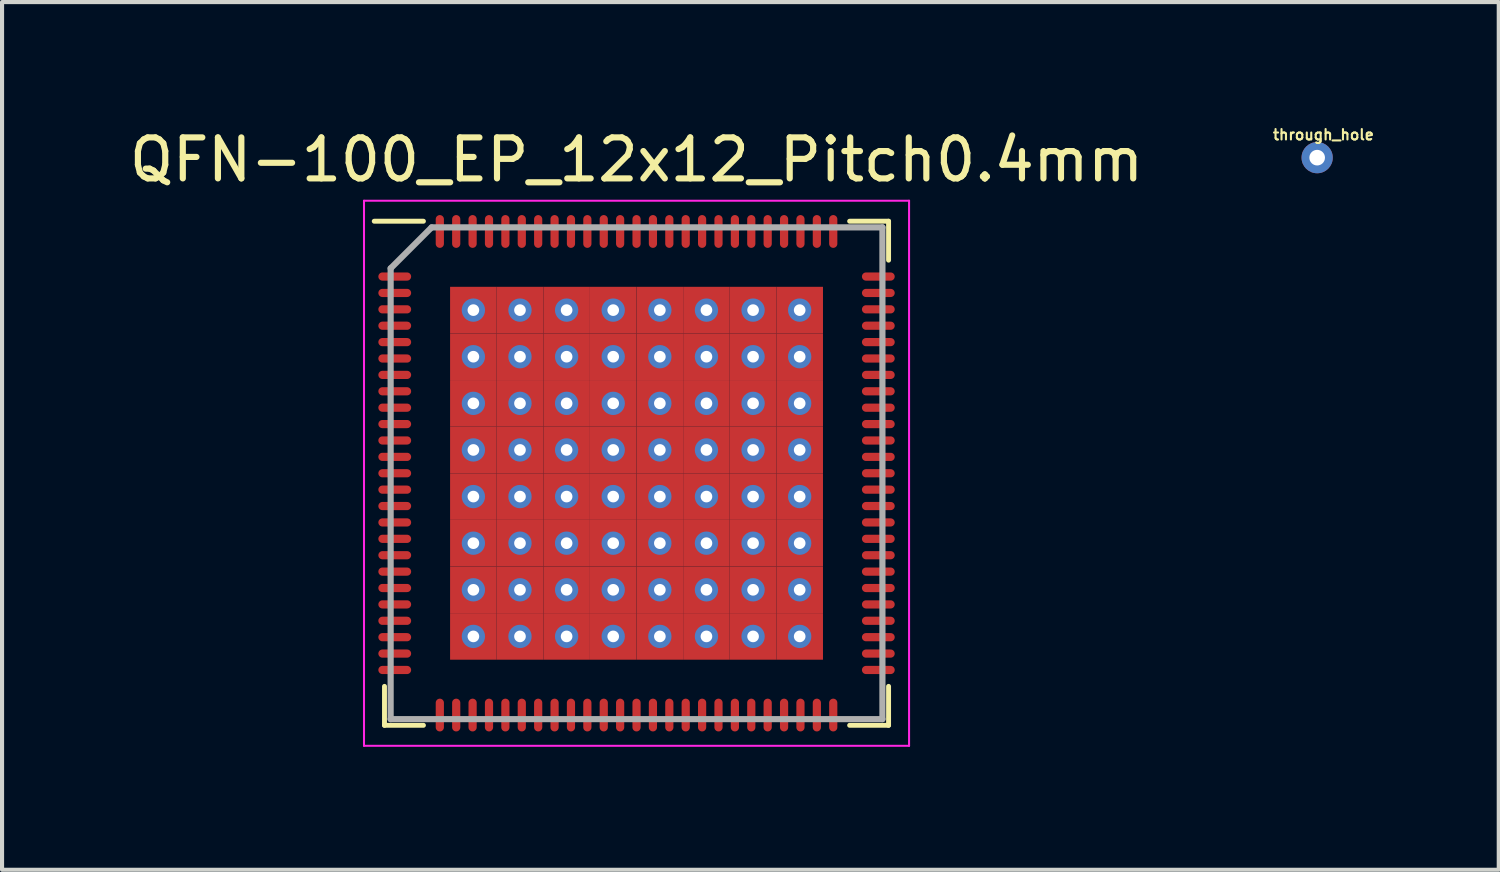
<source format=kicad_pcb>
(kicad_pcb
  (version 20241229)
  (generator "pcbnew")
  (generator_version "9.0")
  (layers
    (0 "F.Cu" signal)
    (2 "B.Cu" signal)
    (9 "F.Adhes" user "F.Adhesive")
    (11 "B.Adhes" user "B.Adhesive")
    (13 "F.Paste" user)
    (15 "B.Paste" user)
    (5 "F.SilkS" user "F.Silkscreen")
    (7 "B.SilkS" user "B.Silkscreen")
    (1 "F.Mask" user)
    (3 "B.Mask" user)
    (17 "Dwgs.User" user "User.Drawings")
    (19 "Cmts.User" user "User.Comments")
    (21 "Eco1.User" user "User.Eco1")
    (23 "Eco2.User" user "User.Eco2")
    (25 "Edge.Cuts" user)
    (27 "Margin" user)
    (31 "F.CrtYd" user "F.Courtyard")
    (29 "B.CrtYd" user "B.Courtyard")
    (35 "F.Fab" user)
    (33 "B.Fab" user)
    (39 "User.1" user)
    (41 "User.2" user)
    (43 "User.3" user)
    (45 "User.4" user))
  (footprint "QFN-100_EP_12x12_Pitch0.4mm"
    (layer "F.Cu")
    (at 12.482 8.498)
    (property "Reference" "QFN-100_EP_12x12_Pitch0.4mm" (at 0 -7.65 0) (layer "F.SilkS") (effects (font (size 1 1) (thickness 0.15))))
    (attr smd)
    (fp_line (start -6.15 6.15) (end -6.15 5.2) (stroke (width 0.12) (type solid)) (layer "F.SilkS"))
    (fp_line (start -5.2 -6.15) (end -6.4 -6.15) (stroke (width 0.12) (type solid)) (layer "F.SilkS"))
    (fp_line (start -5.2 6.15) (end -6.15 6.15) (stroke (width 0.12) (type solid)) (layer "F.SilkS"))
    (fp_line (start 5.2 -6.15) (end 6.15 -6.15) (stroke (width 0.12) (type solid)) (layer "F.SilkS"))
    (fp_line (start 5.2 6.15) (end 6.15 6.15) (stroke (width 0.12) (type solid)) (layer "F.SilkS"))
    (fp_line (start 6.15 -6.15) (end 6.15 -5.2) (stroke (width 0.12) (type solid)) (layer "F.SilkS"))
    (fp_line (start 6.15 6.15) (end 6.15 5.2) (stroke (width 0.12) (type solid)) (layer "F.SilkS"))
    (fp_line (start -6.65 -6.65) (end 6.65 -6.65) (stroke (width 0.05) (type solid)) (layer "F.CrtYd"))
    (fp_line (start -6.65 6.65) (end -6.65 -6.65) (stroke (width 0.05) (type solid)) (layer "F.CrtYd"))
    (fp_line (start 6.65 -6.65) (end 6.65 6.65) (stroke (width 0.05) (type solid)) (layer "F.CrtYd"))
    (fp_line (start 6.65 6.65) (end -6.65 6.65) (stroke (width 0.05) (type solid)) (layer "F.CrtYd"))
    (fp_line (start -6 -5) (end -6 6) (stroke (width 0.15) (type solid)) (layer "F.Fab"))
    (fp_line (start -6 6) (end 6 6) (stroke (width 0.15) (type solid)) (layer "F.Fab"))
    (fp_line (start -5 -6) (end -6 -5) (stroke (width 0.15) (type solid)) (layer "F.Fab"))
    (fp_line (start 6 -6) (end -5 -6) (stroke (width 0.15) (type solid)) (layer "F.Fab"))
    (fp_line (start 6 6) (end 6 -6) (stroke (width 0.15) (type solid)) (layer "F.Fab"))
    (pad "1" smd oval (at -5.9 -4.8 90) (size 0.2 0.8) (layers "F.Cu" "F.Mask" "F.Paste"))
    (pad "2" smd oval (at -5.9 -4.4 90) (size 0.2 0.8) (layers "F.Cu" "F.Mask" "F.Paste"))
    (pad "3" smd oval (at -5.9 -4 90) (size 0.2 0.8) (layers "F.Cu" "F.Mask" "F.Paste"))
    (pad "4" smd oval (at -5.9 -3.6 90) (size 0.2 0.8) (layers "F.Cu" "F.Mask" "F.Paste"))
    (pad "5" smd oval (at -5.9 -3.2 90) (size 0.2 0.8) (layers "F.Cu" "F.Mask" "F.Paste"))
    (pad "6" smd oval (at -5.9 -2.8 90) (size 0.2 0.8) (layers "F.Cu" "F.Mask" "F.Paste"))
    (pad "7" smd oval (at -5.9 -2.4 90) (size 0.2 0.8) (layers "F.Cu" "F.Mask" "F.Paste"))
    (pad "8" smd oval (at -5.9 -2 90) (size 0.2 0.8) (layers "F.Cu" "F.Mask" "F.Paste"))
    (pad "9" smd oval (at -5.9 -1.6 90) (size 0.2 0.8) (layers "F.Cu" "F.Mask" "F.Paste"))
    (pad "10" smd oval (at -5.9 -1.2 90) (size 0.2 0.8) (layers "F.Cu" "F.Mask" "F.Paste"))
    (pad "11" smd oval (at -5.9 -0.8 90) (size 0.2 0.8) (layers "F.Cu" "F.Mask" "F.Paste"))
    (pad "12" smd oval (at -5.9 -0.4 90) (size 0.2 0.8) (layers "F.Cu" "F.Mask" "F.Paste"))
    (pad "13" smd oval (at -5.9 0 90) (size 0.2 0.8) (layers "F.Cu" "F.Mask" "F.Paste"))
    (pad "14" smd oval (at -5.9 0.4 90) (size 0.2 0.8) (layers "F.Cu" "F.Mask" "F.Paste"))
    (pad "15" smd oval (at -5.9 0.8 90) (size 0.2 0.8) (layers "F.Cu" "F.Mask" "F.Paste"))
    (pad "16" smd oval (at -5.9 1.2 90) (size 0.2 0.8) (layers "F.Cu" "F.Mask" "F.Paste"))
    (pad "17" smd oval (at -5.9 1.6 90) (size 0.2 0.8) (layers "F.Cu" "F.Mask" "F.Paste"))
    (pad "18" smd oval (at -5.9 2 90) (size 0.2 0.8) (layers "F.Cu" "F.Mask" "F.Paste"))
    (pad "19" smd oval (at -5.9 2.4 90) (size 0.2 0.8) (layers "F.Cu" "F.Mask" "F.Paste"))
    (pad "20" smd oval (at -5.9 2.8 90) (size 0.2 0.8) (layers "F.Cu" "F.Mask" "F.Paste"))
    (pad "21" smd oval (at -5.9 3.2 90) (size 0.2 0.8) (layers "F.Cu" "F.Mask" "F.Paste"))
    (pad "22" smd oval (at -5.9 3.6 90) (size 0.2 0.8) (layers "F.Cu" "F.Mask" "F.Paste"))
    (pad "23" smd oval (at -5.9 4 90) (size 0.2 0.8) (layers "F.Cu" "F.Mask" "F.Paste"))
    (pad "24" smd oval (at -5.9 4.4 90) (size 0.2 0.8) (layers "F.Cu" "F.Mask" "F.Paste"))
    (pad "25" smd oval (at -5.9 4.8 90) (size 0.2 0.8) (layers "F.Cu" "F.Mask" "F.Paste"))
    (pad "26" smd oval (at -4.8 5.9) (size 0.2 0.8) (layers "F.Cu" "F.Mask" "F.Paste"))
    (pad "27" smd oval (at -4.4 5.9) (size 0.2 0.8) (layers "F.Cu" "F.Mask" "F.Paste"))
    (pad "28" smd oval (at -4 5.9) (size 0.2 0.8) (layers "F.Cu" "F.Mask" "F.Paste"))
    (pad "29" smd oval (at -3.6 5.9) (size 0.2 0.8) (layers "F.Cu" "F.Mask" "F.Paste"))
    (pad "30" smd oval (at -3.2 5.9) (size 0.2 0.8) (layers "F.Cu" "F.Mask" "F.Paste"))
    (pad "31" smd oval (at -2.8 5.9) (size 0.2 0.8) (layers "F.Cu" "F.Mask" "F.Paste"))
    (pad "32" smd oval (at -2.4 5.9) (size 0.2 0.8) (layers "F.Cu" "F.Mask" "F.Paste"))
    (pad "33" smd oval (at -2 5.9) (size 0.2 0.8) (layers "F.Cu" "F.Mask" "F.Paste"))
    (pad "34" smd oval (at -1.6 5.9) (size 0.2 0.8) (layers "F.Cu" "F.Mask" "F.Paste"))
    (pad "35" smd oval (at -1.2 5.9) (size 0.2 0.8) (layers "F.Cu" "F.Mask" "F.Paste"))
    (pad "36" smd oval (at -0.8 5.9) (size 0.2 0.8) (layers "F.Cu" "F.Mask" "F.Paste"))
    (pad "37" smd oval (at -0.4 5.9) (size 0.2 0.8) (layers "F.Cu" "F.Mask" "F.Paste"))
    (pad "38" smd oval (at 0 5.9) (size 0.2 0.8) (layers "F.Cu" "F.Mask" "F.Paste"))
    (pad "39" smd oval (at 0.4 5.9) (size 0.2 0.8) (layers "F.Cu" "F.Mask" "F.Paste"))
    (pad "40" smd oval (at 0.8 5.9) (size 0.2 0.8) (layers "F.Cu" "F.Mask" "F.Paste"))
    (pad "41" smd oval (at 1.2 5.9) (size 0.2 0.8) (layers "F.Cu" "F.Mask" "F.Paste"))
    (pad "42" smd oval (at 1.6 5.9) (size 0.2 0.8) (layers "F.Cu" "F.Mask" "F.Paste"))
    (pad "43" smd oval (at 2 5.9) (size 0.2 0.8) (layers "F.Cu" "F.Mask" "F.Paste"))
    (pad "44" smd oval (at 2.4 5.9) (size 0.2 0.8) (layers "F.Cu" "F.Mask" "F.Paste"))
    (pad "45" smd oval (at 2.8 5.9) (size 0.2 0.8) (layers "F.Cu" "F.Mask" "F.Paste"))
    (pad "46" smd oval (at 3.2 5.9) (size 0.2 0.8) (layers "F.Cu" "F.Mask" "F.Paste"))
    (pad "47" smd oval (at 3.6 5.9) (size 0.2 0.8) (layers "F.Cu" "F.Mask" "F.Paste"))
    (pad "48" smd oval (at 4 5.9) (size 0.2 0.8) (layers "F.Cu" "F.Mask" "F.Paste"))
    (pad "49" smd oval (at 4.4 5.9) (size 0.2 0.8) (layers "F.Cu" "F.Mask" "F.Paste"))
    (pad "50" smd oval (at 4.8 5.9) (size 0.2 0.8) (layers "F.Cu" "F.Mask" "F.Paste"))
    (pad "51" smd oval (at 5.9 4.8 90) (size 0.2 0.8) (layers "F.Cu" "F.Mask" "F.Paste"))
    (pad "52" smd oval (at 5.9 4.4 90) (size 0.2 0.8) (layers "F.Cu" "F.Mask" "F.Paste"))
    (pad "53" smd oval (at 5.9 4 90) (size 0.2 0.8) (layers "F.Cu" "F.Mask" "F.Paste"))
    (pad "54" smd oval (at 5.9 3.6 90) (size 0.2 0.8) (layers "F.Cu" "F.Mask" "F.Paste"))
    (pad "55" smd oval (at 5.9 3.2 90) (size 0.2 0.8) (layers "F.Cu" "F.Mask" "F.Paste"))
    (pad "56" smd oval (at 5.9 2.8 90) (size 0.2 0.8) (layers "F.Cu" "F.Mask" "F.Paste"))
    (pad "57" smd oval (at 5.9 2.4 90) (size 0.2 0.8) (layers "F.Cu" "F.Mask" "F.Paste"))
    (pad "58" smd oval (at 5.9 2 90) (size 0.2 0.8) (layers "F.Cu" "F.Mask" "F.Paste"))
    (pad "59" smd oval (at 5.9 1.6 90) (size 0.2 0.8) (layers "F.Cu" "F.Mask" "F.Paste"))
    (pad "60" smd oval (at 5.9 1.2 90) (size 0.2 0.8) (layers "F.Cu" "F.Mask" "F.Paste"))
    (pad "61" smd oval (at 5.9 0.8 90) (size 0.2 0.8) (layers "F.Cu" "F.Mask" "F.Paste"))
    (pad "62" smd oval (at 5.9 0.4 90) (size 0.2 0.8) (layers "F.Cu" "F.Mask" "F.Paste"))
    (pad "63" smd oval (at 5.9 0 90) (size 0.2 0.8) (layers "F.Cu" "F.Mask" "F.Paste"))
    (pad "64" smd oval (at 5.9 -0.4 90) (size 0.2 0.8) (layers "F.Cu" "F.Mask" "F.Paste"))
    (pad "65" smd oval (at 5.9 -0.8 90) (size 0.2 0.8) (layers "F.Cu" "F.Mask" "F.Paste"))
    (pad "66" smd oval (at 5.9 -1.2 90) (size 0.2 0.8) (layers "F.Cu" "F.Mask" "F.Paste"))
    (pad "67" smd oval (at 5.9 -1.6 90) (size 0.2 0.8) (layers "F.Cu" "F.Mask" "F.Paste"))
    (pad "68" smd oval (at 5.9 -2 90) (size 0.2 0.8) (layers "F.Cu" "F.Mask" "F.Paste"))
    (pad "69" smd oval (at 5.9 -2.4 90) (size 0.2 0.8) (layers "F.Cu" "F.Mask" "F.Paste"))
    (pad "70" smd oval (at 5.9 -2.8 90) (size 0.2 0.8) (layers "F.Cu" "F.Mask" "F.Paste"))
    (pad "71" smd oval (at 5.9 -3.2 90) (size 0.2 0.8) (layers "F.Cu" "F.Mask" "F.Paste"))
    (pad "72" smd oval (at 5.9 -3.6 90) (size 0.2 0.8) (layers "F.Cu" "F.Mask" "F.Paste"))
    (pad "73" smd oval (at 5.9 -4 90) (size 0.2 0.8) (layers "F.Cu" "F.Mask" "F.Paste"))
    (pad "74" smd oval (at 5.9 -4.4 90) (size 0.2 0.8) (layers "F.Cu" "F.Mask" "F.Paste"))
    (pad "75" smd oval (at 5.9 -4.8 90) (size 0.2 0.8) (layers "F.Cu" "F.Mask" "F.Paste"))
    (pad "76" smd oval (at 4.8 -5.9) (size 0.2 0.8) (layers "F.Cu" "F.Mask" "F.Paste"))
    (pad "77" smd oval (at 4.4 -5.9) (size 0.2 0.8) (layers "F.Cu" "F.Mask" "F.Paste"))
    (pad "78" smd oval (at 4 -5.9) (size 0.2 0.8) (layers "F.Cu" "F.Mask" "F.Paste"))
    (pad "79" smd oval (at 3.6 -5.9) (size 0.2 0.8) (layers "F.Cu" "F.Mask" "F.Paste"))
    (pad "80" smd oval (at 3.2 -5.9) (size 0.2 0.8) (layers "F.Cu" "F.Mask" "F.Paste"))
    (pad "81" smd oval (at 2.8 -5.9) (size 0.2 0.8) (layers "F.Cu" "F.Mask" "F.Paste"))
    (pad "82" smd oval (at 2.4 -5.9) (size 0.2 0.8) (layers "F.Cu" "F.Mask" "F.Paste"))
    (pad "83" smd oval (at 2 -5.9) (size 0.2 0.8) (layers "F.Cu" "F.Mask" "F.Paste"))
    (pad "84" smd oval (at 1.6 -5.9) (size 0.2 0.8) (layers "F.Cu" "F.Mask" "F.Paste"))
    (pad "85" smd oval (at 1.2 -5.9) (size 0.2 0.8) (layers "F.Cu" "F.Mask" "F.Paste"))
    (pad "86" smd oval (at 0.8 -5.9) (size 0.2 0.8) (layers "F.Cu" "F.Mask" "F.Paste"))
    (pad "87" smd oval (at 0.4 -5.9) (size 0.2 0.8) (layers "F.Cu" "F.Mask" "F.Paste"))
    (pad "88" smd oval (at 0 -5.9) (size 0.2 0.8) (layers "F.Cu" "F.Mask" "F.Paste"))
    (pad "89" smd oval (at -0.4 -5.9) (size 0.2 0.8) (layers "F.Cu" "F.Mask" "F.Paste"))
    (pad "90" smd oval (at -0.8 -5.9) (size 0.2 0.8) (layers "F.Cu" "F.Mask" "F.Paste"))
    (pad "91" smd oval (at -1.2 -5.9) (size 0.2 0.8) (layers "F.Cu" "F.Mask" "F.Paste"))
    (pad "92" smd oval (at -1.6 -5.9) (size 0.2 0.8) (layers "F.Cu" "F.Mask" "F.Paste"))
    (pad "93" smd oval (at -2 -5.9) (size 0.2 0.8) (layers "F.Cu" "F.Mask" "F.Paste"))
    (pad "94" smd oval (at -2.4 -5.9) (size 0.2 0.8) (layers "F.Cu" "F.Mask" "F.Paste"))
    (pad "95" smd oval (at -2.8 -5.9) (size 0.2 0.8) (layers "F.Cu" "F.Mask" "F.Paste"))
    (pad "96" smd oval (at -3.2 -5.9) (size 0.2 0.8) (layers "F.Cu" "F.Mask" "F.Paste"))
    (pad "97" smd oval (at -3.6 -5.9) (size 0.2 0.8) (layers "F.Cu" "F.Mask" "F.Paste"))
    (pad "98" smd oval (at -4 -5.9) (size 0.2 0.8) (layers "F.Cu" "F.Mask" "F.Paste"))
    (pad "99" smd oval (at -4.4 -5.9) (size 0.2 0.8) (layers "F.Cu" "F.Mask" "F.Paste"))
    (pad "100" smd oval (at -4.8 -5.9) (size 0.2 0.8) (layers "F.Cu" "F.Mask" "F.Paste"))
    (pad "101" thru_hole circle (at -3.981 -3.981) (size 0.569 0.569) (drill 0.284) (layers "*.Cu" "*.Mask"))
    (pad "101" smd rect (at -3.981 -3.981) (size 1.137 1.137) (layers "F.Cu" "F.Mask" "F.Paste"))
    (pad "101" thru_hole circle (at -3.981 -2.844) (size 0.569 0.569) (drill 0.284) (layers "*.Cu" "*.Mask"))
    (pad "101" smd rect (at -3.981 -2.844) (size 1.137 1.137) (layers "F.Cu" "F.Mask" "F.Paste"))
    (pad "101" thru_hole circle (at -3.981 -1.706) (size 0.569 0.569) (drill 0.284) (layers "*.Cu" "*.Mask"))
    (pad "101" smd rect (at -3.981 -1.706) (size 1.137 1.137) (layers "F.Cu" "F.Mask" "F.Paste"))
    (pad "101" thru_hole circle (at -3.981 -0.569) (size 0.569 0.569) (drill 0.284) (layers "*.Cu" "*.Mask"))
    (pad "101" smd rect (at -3.981 -0.569) (size 1.137 1.137) (layers "F.Cu" "F.Mask" "F.Paste"))
    (pad "101" thru_hole circle (at -3.981 0.569) (size 0.569 0.569) (drill 0.284) (layers "*.Cu" "*.Mask"))
    (pad "101" smd rect (at -3.981 0.569) (size 1.137 1.137) (layers "F.Cu" "F.Mask" "F.Paste"))
    (pad "101" thru_hole circle (at -3.981 1.706) (size 0.569 0.569) (drill 0.284) (layers "*.Cu" "*.Mask"))
    (pad "101" smd rect (at -3.981 1.706) (size 1.137 1.137) (layers "F.Cu" "F.Mask" "F.Paste"))
    (pad "101" thru_hole circle (at -3.981 2.844) (size 0.569 0.569) (drill 0.284) (layers "*.Cu" "*.Mask"))
    (pad "101" smd rect (at -3.981 2.844) (size 1.137 1.137) (layers "F.Cu" "F.Mask" "F.Paste"))
    (pad "101" thru_hole circle (at -3.981 3.981) (size 0.569 0.569) (drill 0.284) (layers "*.Cu" "*.Mask"))
    (pad "101" smd rect (at -3.981 3.981) (size 1.137 1.137) (layers "F.Cu" "F.Mask" "F.Paste"))
    (pad "101" thru_hole circle (at -2.844 -3.981) (size 0.569 0.569) (drill 0.284) (layers "*.Cu" "*.Mask"))
    (pad "101" smd rect (at -2.844 -3.981) (size 1.137 1.137) (layers "F.Cu" "F.Mask" "F.Paste"))
    (pad "101" thru_hole circle (at -2.844 -2.844) (size 0.569 0.569) (drill 0.284) (layers "*.Cu" "*.Mask"))
    (pad "101" smd rect (at -2.844 -2.844) (size 1.137 1.137) (layers "F.Cu" "F.Mask" "F.Paste"))
    (pad "101" thru_hole circle (at -2.844 -1.706) (size 0.569 0.569) (drill 0.284) (layers "*.Cu" "*.Mask"))
    (pad "101" smd rect (at -2.844 -1.706) (size 1.137 1.137) (layers "F.Cu" "F.Mask" "F.Paste"))
    (pad "101" thru_hole circle (at -2.844 -0.569) (size 0.569 0.569) (drill 0.284) (layers "*.Cu" "*.Mask"))
    (pad "101" smd rect (at -2.844 -0.569) (size 1.137 1.137) (layers "F.Cu" "F.Mask" "F.Paste"))
    (pad "101" thru_hole circle (at -2.844 0.569) (size 0.569 0.569) (drill 0.284) (layers "*.Cu" "*.Mask"))
    (pad "101" smd rect (at -2.844 0.569) (size 1.137 1.137) (layers "F.Cu" "F.Mask" "F.Paste"))
    (pad "101" thru_hole circle (at -2.844 1.706) (size 0.569 0.569) (drill 0.284) (layers "*.Cu" "*.Mask"))
    (pad "101" smd rect (at -2.844 1.706) (size 1.137 1.137) (layers "F.Cu" "F.Mask" "F.Paste"))
    (pad "101" thru_hole circle (at -2.844 2.844) (size 0.569 0.569) (drill 0.284) (layers "*.Cu" "*.Mask"))
    (pad "101" smd rect (at -2.844 2.844) (size 1.137 1.137) (layers "F.Cu" "F.Mask" "F.Paste"))
    (pad "101" thru_hole circle (at -2.844 3.981) (size 0.569 0.569) (drill 0.284) (layers "*.Cu" "*.Mask"))
    (pad "101" smd rect (at -2.844 3.981) (size 1.137 1.137) (layers "F.Cu" "F.Mask" "F.Paste"))
    (pad "101" thru_hole circle (at -1.706 -3.981) (size 0.569 0.569) (drill 0.284) (layers "*.Cu" "*.Mask"))
    (pad "101" smd rect (at -1.706 -3.981) (size 1.137 1.137) (layers "F.Cu" "F.Mask" "F.Paste"))
    (pad "101" thru_hole circle (at -1.706 -2.844) (size 0.569 0.569) (drill 0.284) (layers "*.Cu" "*.Mask"))
    (pad "101" smd rect (at -1.706 -2.844) (size 1.137 1.137) (layers "F.Cu" "F.Mask" "F.Paste"))
    (pad "101" thru_hole circle (at -1.706 -1.706) (size 0.569 0.569) (drill 0.284) (layers "*.Cu" "*.Mask"))
    (pad "101" smd rect (at -1.706 -1.706) (size 1.137 1.137) (layers "F.Cu" "F.Mask" "F.Paste"))
    (pad "101" thru_hole circle (at -1.706 -0.569) (size 0.569 0.569) (drill 0.284) (layers "*.Cu" "*.Mask"))
    (pad "101" smd rect (at -1.706 -0.569) (size 1.137 1.137) (layers "F.Cu" "F.Mask" "F.Paste"))
    (pad "101" thru_hole circle (at -1.706 0.569) (size 0.569 0.569) (drill 0.284) (layers "*.Cu" "*.Mask"))
    (pad "101" smd rect (at -1.706 0.569) (size 1.137 1.137) (layers "F.Cu" "F.Mask" "F.Paste"))
    (pad "101" thru_hole circle (at -1.706 1.706) (size 0.569 0.569) (drill 0.284) (layers "*.Cu" "*.Mask"))
    (pad "101" smd rect (at -1.706 1.706) (size 1.137 1.137) (layers "F.Cu" "F.Mask" "F.Paste"))
    (pad "101" thru_hole circle (at -1.706 2.844) (size 0.569 0.569) (drill 0.284) (layers "*.Cu" "*.Mask"))
    (pad "101" smd rect (at -1.706 2.844) (size 1.137 1.137) (layers "F.Cu" "F.Mask" "F.Paste"))
    (pad "101" thru_hole circle (at -1.706 3.981) (size 0.569 0.569) (drill 0.284) (layers "*.Cu" "*.Mask"))
    (pad "101" smd rect (at -1.706 3.981) (size 1.137 1.137) (layers "F.Cu" "F.Mask" "F.Paste"))
    (pad "101" thru_hole circle (at -0.569 -3.981) (size 0.569 0.569) (drill 0.284) (layers "*.Cu" "*.Mask"))
    (pad "101" smd rect (at -0.569 -3.981) (size 1.137 1.137) (layers "F.Cu" "F.Mask" "F.Paste"))
    (pad "101" thru_hole circle (at -0.569 -2.844) (size 0.569 0.569) (drill 0.284) (layers "*.Cu" "*.Mask"))
    (pad "101" smd rect (at -0.569 -2.844) (size 1.137 1.137) (layers "F.Cu" "F.Mask" "F.Paste"))
    (pad "101" thru_hole circle (at -0.569 -1.706) (size 0.569 0.569) (drill 0.284) (layers "*.Cu" "*.Mask"))
    (pad "101" smd rect (at -0.569 -1.706) (size 1.137 1.137) (layers "F.Cu" "F.Mask" "F.Paste"))
    (pad "101" thru_hole circle (at -0.569 -0.569) (size 0.569 0.569) (drill 0.284) (layers "*.Cu" "*.Mask"))
    (pad "101" smd rect (at -0.569 -0.569) (size 1.137 1.137) (layers "F.Cu" "F.Mask" "F.Paste"))
    (pad "101" thru_hole circle (at -0.569 0.569) (size 0.569 0.569) (drill 0.284) (layers "*.Cu" "*.Mask"))
    (pad "101" smd rect (at -0.569 0.569) (size 1.137 1.137) (layers "F.Cu" "F.Mask" "F.Paste"))
    (pad "101" thru_hole circle (at -0.569 1.706) (size 0.569 0.569) (drill 0.284) (layers "*.Cu" "*.Mask"))
    (pad "101" smd rect (at -0.569 1.706) (size 1.137 1.137) (layers "F.Cu" "F.Mask" "F.Paste"))
    (pad "101" thru_hole circle (at -0.569 2.844) (size 0.569 0.569) (drill 0.284) (layers "*.Cu" "*.Mask"))
    (pad "101" smd rect (at -0.569 2.844) (size 1.137 1.137) (layers "F.Cu" "F.Mask" "F.Paste"))
    (pad "101" thru_hole circle (at -0.569 3.981) (size 0.569 0.569) (drill 0.284) (layers "*.Cu" "*.Mask"))
    (pad "101" smd rect (at -0.569 3.981) (size 1.137 1.137) (layers "F.Cu" "F.Mask" "F.Paste"))
    (pad "101" thru_hole circle (at 0.569 -3.981) (size 0.569 0.569) (drill 0.284) (layers "*.Cu" "*.Mask"))
    (pad "101" smd rect (at 0.569 -3.981) (size 1.137 1.137) (layers "F.Cu" "F.Mask" "F.Paste"))
    (pad "101" thru_hole circle (at 0.569 -2.844) (size 0.569 0.569) (drill 0.284) (layers "*.Cu" "*.Mask"))
    (pad "101" smd rect (at 0.569 -2.844) (size 1.137 1.137) (layers "F.Cu" "F.Mask" "F.Paste"))
    (pad "101" thru_hole circle (at 0.569 -1.706) (size 0.569 0.569) (drill 0.284) (layers "*.Cu" "*.Mask"))
    (pad "101" smd rect (at 0.569 -1.706) (size 1.137 1.137) (layers "F.Cu" "F.Mask" "F.Paste"))
    (pad "101" thru_hole circle (at 0.569 -0.569) (size 0.569 0.569) (drill 0.284) (layers "*.Cu" "*.Mask"))
    (pad "101" smd rect (at 0.569 -0.569) (size 1.137 1.137) (layers "F.Cu" "F.Mask" "F.Paste"))
    (pad "101" thru_hole circle (at 0.569 0.569) (size 0.569 0.569) (drill 0.284) (layers "*.Cu" "*.Mask"))
    (pad "101" smd rect (at 0.569 0.569) (size 1.137 1.137) (layers "F.Cu" "F.Mask" "F.Paste"))
    (pad "101" thru_hole circle (at 0.569 1.706) (size 0.569 0.569) (drill 0.284) (layers "*.Cu" "*.Mask"))
    (pad "101" smd rect (at 0.569 1.706) (size 1.137 1.137) (layers "F.Cu" "F.Mask" "F.Paste"))
    (pad "101" thru_hole circle (at 0.569 2.844) (size 0.569 0.569) (drill 0.284) (layers "*.Cu" "*.Mask"))
    (pad "101" smd rect (at 0.569 2.844) (size 1.137 1.137) (layers "F.Cu" "F.Mask" "F.Paste"))
    (pad "101" thru_hole circle (at 0.569 3.981) (size 0.569 0.569) (drill 0.284) (layers "*.Cu" "*.Mask"))
    (pad "101" smd rect (at 0.569 3.981) (size 1.137 1.137) (layers "F.Cu" "F.Mask" "F.Paste"))
    (pad "101" thru_hole circle (at 1.706 -3.981) (size 0.569 0.569) (drill 0.284) (layers "*.Cu" "*.Mask"))
    (pad "101" smd rect (at 1.706 -3.981) (size 1.137 1.137) (layers "F.Cu" "F.Mask" "F.Paste"))
    (pad "101" thru_hole circle (at 1.706 -2.844) (size 0.569 0.569) (drill 0.284) (layers "*.Cu" "*.Mask"))
    (pad "101" smd rect (at 1.706 -2.844) (size 1.137 1.137) (layers "F.Cu" "F.Mask" "F.Paste"))
    (pad "101" thru_hole circle (at 1.706 -1.706) (size 0.569 0.569) (drill 0.284) (layers "*.Cu" "*.Mask"))
    (pad "101" smd rect (at 1.706 -1.706) (size 1.137 1.137) (layers "F.Cu" "F.Mask" "F.Paste"))
    (pad "101" thru_hole circle (at 1.706 -0.569) (size 0.569 0.569) (drill 0.284) (layers "*.Cu" "*.Mask"))
    (pad "101" smd rect (at 1.706 -0.569) (size 1.137 1.137) (layers "F.Cu" "F.Mask" "F.Paste"))
    (pad "101" thru_hole circle (at 1.706 0.569) (size 0.569 0.569) (drill 0.284) (layers "*.Cu" "*.Mask"))
    (pad "101" smd rect (at 1.706 0.569) (size 1.137 1.137) (layers "F.Cu" "F.Mask" "F.Paste"))
    (pad "101" thru_hole circle (at 1.706 1.706) (size 0.569 0.569) (drill 0.284) (layers "*.Cu" "*.Mask"))
    (pad "101" smd rect (at 1.706 1.706) (size 1.137 1.137) (layers "F.Cu" "F.Mask" "F.Paste"))
    (pad "101" thru_hole circle (at 1.706 2.844) (size 0.569 0.569) (drill 0.284) (layers "*.Cu" "*.Mask"))
    (pad "101" smd rect (at 1.706 2.844) (size 1.137 1.137) (layers "F.Cu" "F.Mask" "F.Paste"))
    (pad "101" thru_hole circle (at 1.706 3.981) (size 0.569 0.569) (drill 0.284) (layers "*.Cu" "*.Mask"))
    (pad "101" smd rect (at 1.706 3.981) (size 1.137 1.137) (layers "F.Cu" "F.Mask" "F.Paste"))
    (pad "101" thru_hole circle (at 2.844 -3.981) (size 0.569 0.569) (drill 0.284) (layers "*.Cu" "*.Mask"))
    (pad "101" smd rect (at 2.844 -3.981) (size 1.137 1.137) (layers "F.Cu" "F.Mask" "F.Paste"))
    (pad "101" thru_hole circle (at 2.844 -2.844) (size 0.569 0.569) (drill 0.284) (layers "*.Cu" "*.Mask"))
    (pad "101" smd rect (at 2.844 -2.844) (size 1.137 1.137) (layers "F.Cu" "F.Mask" "F.Paste"))
    (pad "101" thru_hole circle (at 2.844 -1.706) (size 0.569 0.569) (drill 0.284) (layers "*.Cu" "*.Mask"))
    (pad "101" smd rect (at 2.844 -1.706) (size 1.137 1.137) (layers "F.Cu" "F.Mask" "F.Paste"))
    (pad "101" thru_hole circle (at 2.844 -0.569) (size 0.569 0.569) (drill 0.284) (layers "*.Cu" "*.Mask"))
    (pad "101" smd rect (at 2.844 -0.569) (size 1.137 1.137) (layers "F.Cu" "F.Mask" "F.Paste"))
    (pad "101" thru_hole circle (at 2.844 0.569) (size 0.569 0.569) (drill 0.284) (layers "*.Cu" "*.Mask"))
    (pad "101" smd rect (at 2.844 0.569) (size 1.137 1.137) (layers "F.Cu" "F.Mask" "F.Paste"))
    (pad "101" thru_hole circle (at 2.844 1.706) (size 0.569 0.569) (drill 0.284) (layers "*.Cu" "*.Mask"))
    (pad "101" smd rect (at 2.844 1.706) (size 1.137 1.137) (layers "F.Cu" "F.Mask" "F.Paste"))
    (pad "101" thru_hole circle (at 2.844 2.844) (size 0.569 0.569) (drill 0.284) (layers "*.Cu" "*.Mask"))
    (pad "101" smd rect (at 2.844 2.844) (size 1.137 1.137) (layers "F.Cu" "F.Mask" "F.Paste"))
    (pad "101" thru_hole circle (at 2.844 3.981) (size 0.569 0.569) (drill 0.284) (layers "*.Cu" "*.Mask"))
    (pad "101" smd rect (at 2.844 3.981) (size 1.137 1.137) (layers "F.Cu" "F.Mask" "F.Paste"))
    (pad "101" thru_hole circle (at 3.981 -3.981) (size 0.569 0.569) (drill 0.284) (layers "*.Cu" "*.Mask"))
    (pad "101" smd rect (at 3.981 -3.981) (size 1.137 1.137) (layers "F.Cu" "F.Mask" "F.Paste"))
    (pad "101" thru_hole circle (at 3.981 -2.844) (size 0.569 0.569) (drill 0.284) (layers "*.Cu" "*.Mask"))
    (pad "101" smd rect (at 3.981 -2.844) (size 1.137 1.137) (layers "F.Cu" "F.Mask" "F.Paste"))
    (pad "101" thru_hole circle (at 3.981 -1.706) (size 0.569 0.569) (drill 0.284) (layers "*.Cu" "*.Mask"))
    (pad "101" smd rect (at 3.981 -1.706) (size 1.137 1.137) (layers "F.Cu" "F.Mask" "F.Paste"))
    (pad "101" thru_hole circle (at 3.981 -0.569) (size 0.569 0.569) (drill 0.284) (layers "*.Cu" "*.Mask"))
    (pad "101" smd rect (at 3.981 -0.569) (size 1.137 1.137) (layers "F.Cu" "F.Mask" "F.Paste"))
    (pad "101" thru_hole circle (at 3.981 0.569) (size 0.569 0.569) (drill 0.284) (layers "*.Cu" "*.Mask"))
    (pad "101" smd rect (at 3.981 0.569) (size 1.137 1.137) (layers "F.Cu" "F.Mask" "F.Paste"))
    (pad "101" thru_hole circle (at 3.981 1.706) (size 0.569 0.569) (drill 0.284) (layers "*.Cu" "*.Mask"))
    (pad "101" smd rect (at 3.981 1.706) (size 1.137 1.137) (layers "F.Cu" "F.Mask" "F.Paste"))
    (pad "101" thru_hole circle (at 3.981 2.844) (size 0.569 0.569) (drill 0.284) (layers "*.Cu" "*.Mask"))
    (pad "101" smd rect (at 3.981 2.844) (size 1.137 1.137) (layers "F.Cu" "F.Mask" "F.Paste"))
    (pad "101" thru_hole circle (at 3.981 3.981) (size 0.569 0.569) (drill 0.284) (layers "*.Cu" "*.Mask"))
    (pad "101" smd rect (at 3.981 3.981) (size 1.137 1.137) (layers "F.Cu" "F.Mask" "F.Paste")))
  (footprint "through_hole"
    (layer "F.Cu")
    (at 29.09 0.797)
    (property "Reference" "through_hole" (at 0.152 -0.559 0) (layer "F.SilkS") (effects (font (size 0.254 0.254) (thickness 0.051))))
    (attr through_hole)
    (pad "1" thru_hole circle (at 0 0) (size 0.762 0.762) (drill 0.381) (layers "*.Cu" "*.Mask")))
  (gr_rect
    (start -3 -3)
    (end 33.521 18.173)
    (stroke (width 0.1) (type default))
    (fill no)
    (layer "Edge.Cuts")))
</source>
